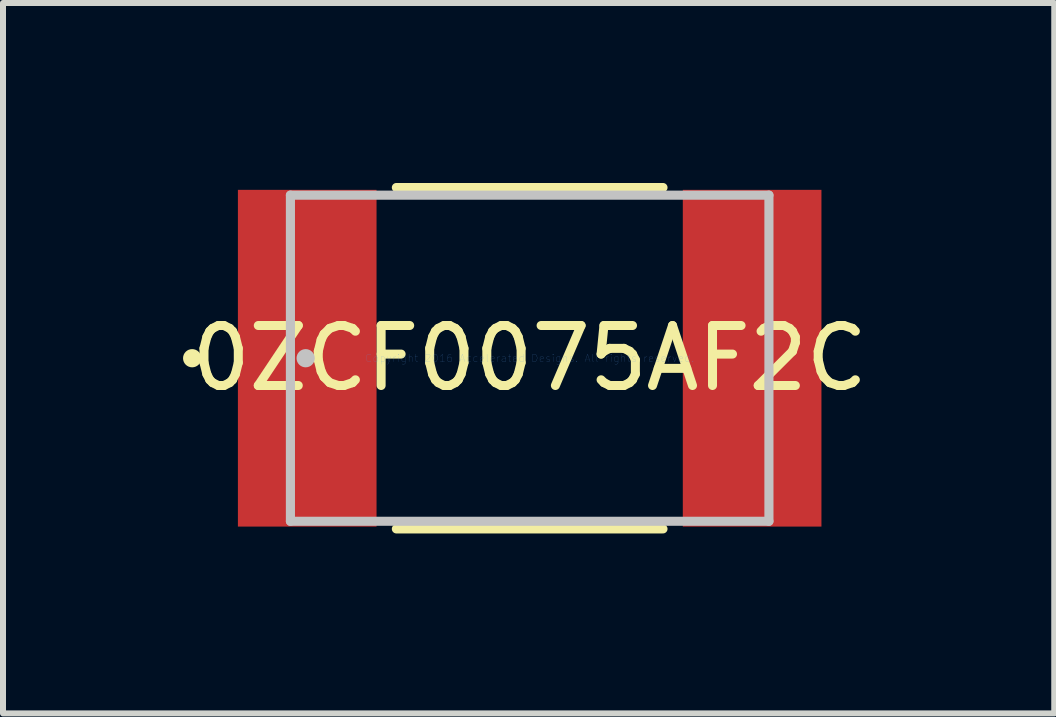
<source format=kicad_pcb>
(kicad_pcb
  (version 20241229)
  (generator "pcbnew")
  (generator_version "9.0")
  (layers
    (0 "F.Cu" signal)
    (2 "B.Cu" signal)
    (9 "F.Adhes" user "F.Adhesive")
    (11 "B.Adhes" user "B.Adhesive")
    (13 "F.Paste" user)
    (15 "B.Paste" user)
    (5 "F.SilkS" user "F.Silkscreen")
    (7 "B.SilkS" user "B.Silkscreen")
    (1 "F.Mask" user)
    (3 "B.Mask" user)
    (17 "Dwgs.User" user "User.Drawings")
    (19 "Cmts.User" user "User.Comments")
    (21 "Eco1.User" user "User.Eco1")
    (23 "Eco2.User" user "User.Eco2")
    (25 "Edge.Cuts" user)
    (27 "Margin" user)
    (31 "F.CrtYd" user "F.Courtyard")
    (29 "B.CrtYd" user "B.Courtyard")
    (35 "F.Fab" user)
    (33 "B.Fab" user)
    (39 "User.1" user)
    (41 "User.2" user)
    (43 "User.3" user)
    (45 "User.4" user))
  (footprint "0ZCF0075AF2C"
    (layer "F.Cu")
    (at 5.779 2.921)
    (property "Reference" "0ZCF0075AF2C" (at 0 0 0) (layer "F.SilkS") (effects (font (size 1 1) (thickness 0.15))))
    (attr through_hole)
    (fp_line (start -2.222 2.845) (end 2.222 2.845) (stroke (width 0.152) (type solid)) (layer "F.SilkS"))
    (fp_line (start 2.222 -2.845) (end -2.222 -2.845) (stroke (width 0.152) (type solid)) (layer "F.SilkS"))
    (fp_circle (center -5.626 0) (end -5.55 0) (stroke (width 0.152) (type solid)) (fill no) (layer "F.SilkS"))
    (fp_line (start -3.988 -2.718) (end -3.988 2.718) (stroke (width 0.152) (type solid)) (layer "Dwgs.User"))
    (fp_line (start -3.988 2.718) (end 3.988 2.718) (stroke (width 0.152) (type solid)) (layer "Dwgs.User"))
    (fp_line (start 3.988 -2.718) (end -3.988 -2.718) (stroke (width 0.152) (type solid)) (layer "Dwgs.User"))
    (fp_line (start 3.988 2.718) (end 3.988 -2.718) (stroke (width 0.152) (type solid)) (layer "Dwgs.User"))
    (fp_circle (center -3.734 0) (end -3.658 0) (stroke (width 0.152) (type solid)) (fill no) (layer "Dwgs.User"))
    (fp_text user "Copyright 2016 Accelerated Designs. All rights reserved." (at 0 0 0) (layer "Cmts.User") (effects (font (size 0.127 0.127) (thickness 0.002))))
    (pad "1" smd rect (at -3.708 0) (size 2.311 5.613) (layers "F.Cu" "F.Mask" "F.Paste"))
    (pad "2" smd rect (at 3.708 0) (size 2.311 5.613) (layers "F.Cu" "F.Mask" "F.Paste")))
  (gr_rect
    (start -3 -3)
    (end 14.523 8.842)
    (stroke (width 0.1) (type default))
    (fill no)
    (layer "Edge.Cuts")))
</source>
